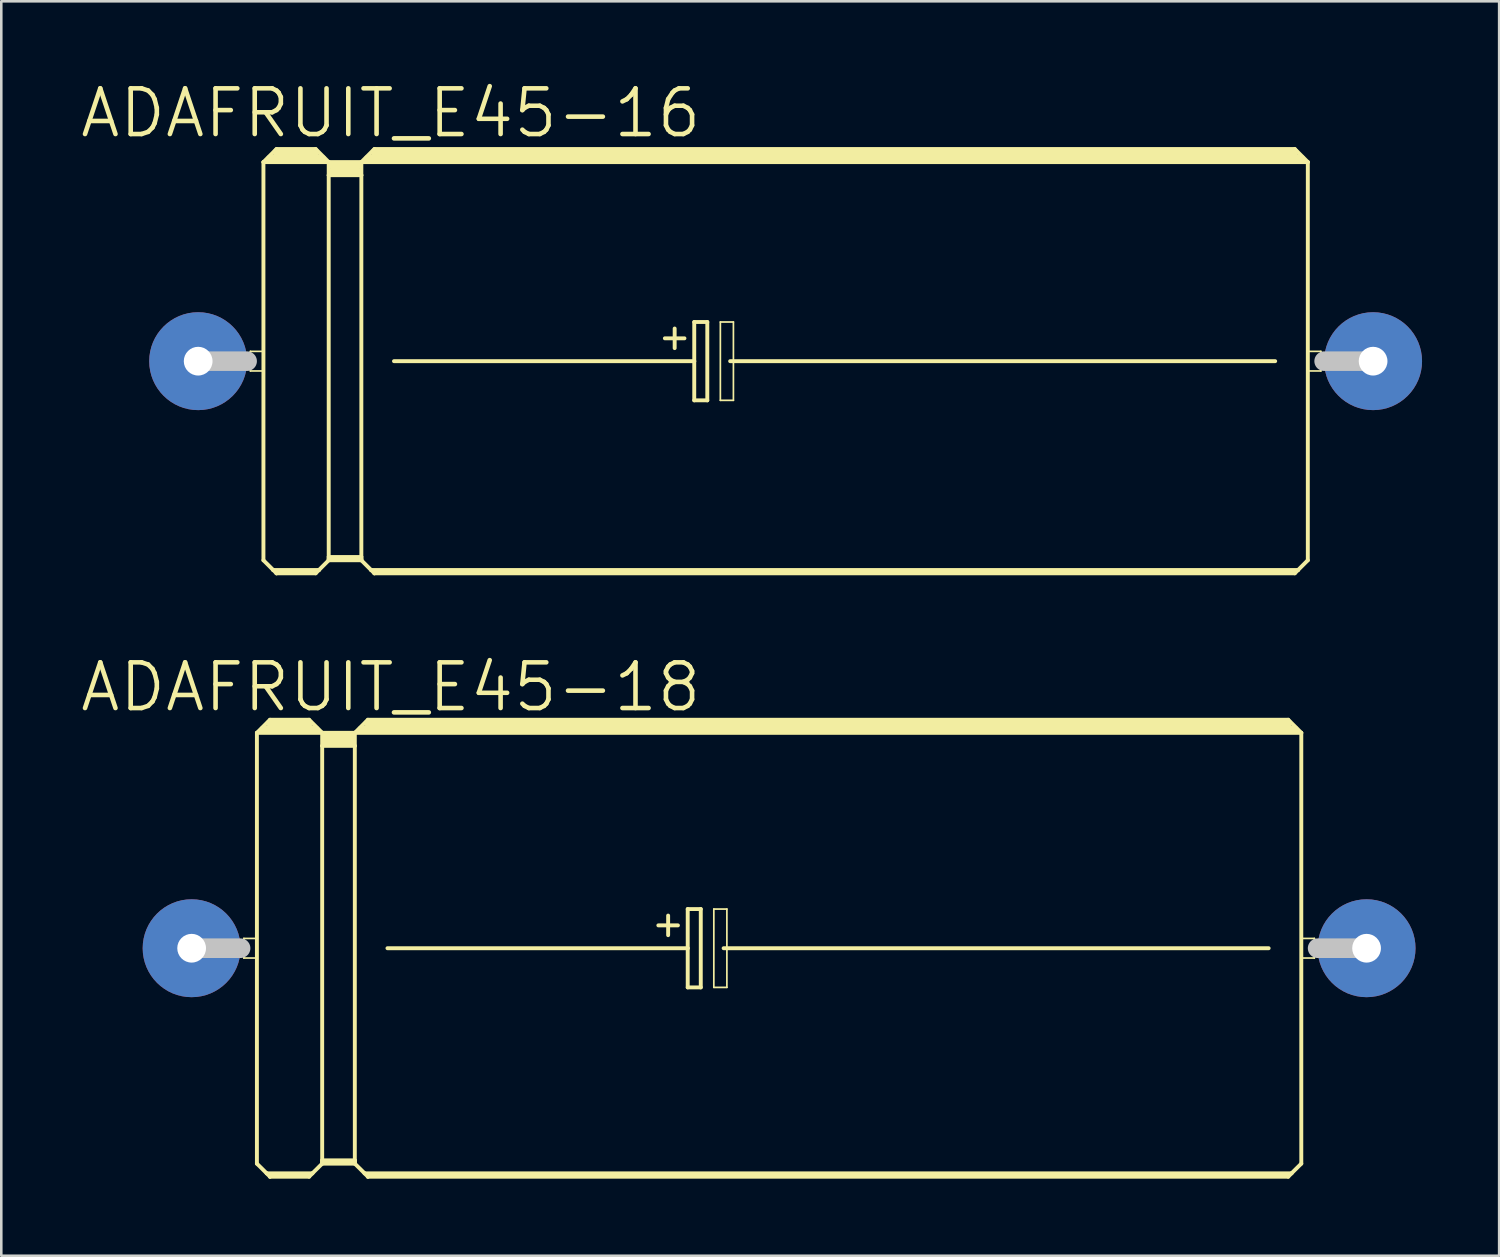
<source format=kicad_pcb>
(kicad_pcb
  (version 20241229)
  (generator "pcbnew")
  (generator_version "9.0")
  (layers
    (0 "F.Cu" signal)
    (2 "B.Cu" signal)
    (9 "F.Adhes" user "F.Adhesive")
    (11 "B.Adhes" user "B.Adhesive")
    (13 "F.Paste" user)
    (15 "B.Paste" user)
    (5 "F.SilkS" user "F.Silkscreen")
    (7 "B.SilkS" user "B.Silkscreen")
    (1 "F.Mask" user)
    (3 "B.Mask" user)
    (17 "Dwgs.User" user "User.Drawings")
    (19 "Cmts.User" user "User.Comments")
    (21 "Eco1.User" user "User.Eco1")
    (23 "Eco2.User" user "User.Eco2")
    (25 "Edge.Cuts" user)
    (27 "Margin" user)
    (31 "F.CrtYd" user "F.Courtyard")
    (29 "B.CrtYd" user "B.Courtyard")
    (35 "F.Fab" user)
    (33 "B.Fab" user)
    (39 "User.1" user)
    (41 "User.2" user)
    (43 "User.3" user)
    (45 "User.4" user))
  (footprint "ADAFRUIT_E45-16"
    (layer "F.Cu")
    (at 27.521 11.004)
    (property "Reference" "ADAFRUIT_E45-16" (at -15.367 -9.652 0) (layer "F.SilkS") (effects (font (size 1.778 1.778) (thickness 0.178))))
    (attr exclude_from_pos_files exclude_from_bom)
    (fp_line (start -20.828 -0.381) (end -20.32 -0.381) (stroke (width 0.066) (type solid)) (layer "F.SilkS"))
    (fp_line (start -20.828 0.381) (end -20.828 -0.381) (stroke (width 0.066) (type solid)) (layer "F.SilkS"))
    (fp_line (start -20.828 0.381) (end -20.32 0.381) (stroke (width 0.066) (type solid)) (layer "F.SilkS"))
    (fp_line (start -20.32 -7.747) (end -20.32 7.747) (stroke (width 0.152) (type solid)) (layer "F.SilkS"))
    (fp_line (start -20.32 -7.747) (end -19.812 -8.255) (stroke (width 0.152) (type solid)) (layer "F.SilkS"))
    (fp_line (start -20.32 -7.747) (end -17.78 -7.747) (stroke (width 0.152) (type solid)) (layer "F.SilkS"))
    (fp_line (start -20.32 0.381) (end -20.32 -0.381) (stroke (width 0.066) (type solid)) (layer "F.SilkS"))
    (fp_line (start -20.32 7.747) (end -19.939 8.128) (stroke (width 0.152) (type solid)) (layer "F.SilkS"))
    (fp_line (start -20.066 -7.874) (end -18.034 -7.874) (stroke (width 0.305) (type solid)) (layer "F.SilkS"))
    (fp_line (start -19.939 8.128) (end -19.812 8.255) (stroke (width 0.152) (type solid)) (layer "F.SilkS"))
    (fp_line (start -19.939 8.128) (end -18.161 8.128) (stroke (width 0.152) (type solid)) (layer "F.SilkS"))
    (fp_line (start -19.812 -8.255) (end -18.288 -8.255) (stroke (width 0.152) (type solid)) (layer "F.SilkS"))
    (fp_line (start -19.812 -8.128) (end -18.288 -8.128) (stroke (width 0.305) (type solid)) (layer "F.SilkS"))
    (fp_line (start -19.812 8.204) (end -18.288 8.204) (stroke (width 0.152) (type solid)) (layer "F.SilkS"))
    (fp_line (start -19.812 8.255) (end -19.812 8.204) (stroke (width 0.152) (type solid)) (layer "F.SilkS"))
    (fp_line (start -19.812 8.255) (end -18.288 8.255) (stroke (width 0.152) (type solid)) (layer "F.SilkS"))
    (fp_line (start -18.288 -8.255) (end -17.78 -7.747) (stroke (width 0.152) (type solid)) (layer "F.SilkS"))
    (fp_line (start -18.288 8.255) (end -18.161 8.128) (stroke (width 0.152) (type solid)) (layer "F.SilkS"))
    (fp_line (start -18.161 8.128) (end -17.78 7.747) (stroke (width 0.152) (type solid)) (layer "F.SilkS"))
    (fp_line (start -17.78 -7.747) (end -16.51 -7.747) (stroke (width 0.152) (type solid)) (layer "F.SilkS"))
    (fp_line (start -17.78 -7.236) (end -17.78 -7.747) (stroke (width 0.152) (type solid)) (layer "F.SilkS"))
    (fp_line (start -17.78 -7.236) (end -16.51 -7.236) (stroke (width 0.152) (type solid)) (layer "F.SilkS"))
    (fp_line (start -17.78 7.62) (end -17.78 -7.236) (stroke (width 0.152) (type solid)) (layer "F.SilkS"))
    (fp_line (start -17.78 7.62) (end -16.51 7.62) (stroke (width 0.152) (type solid)) (layer "F.SilkS"))
    (fp_line (start -17.78 7.696) (end -17.78 7.62) (stroke (width 0.152) (type solid)) (layer "F.SilkS"))
    (fp_line (start -17.78 7.696) (end -16.51 7.696) (stroke (width 0.152) (type solid)) (layer "F.SilkS"))
    (fp_line (start -17.78 7.747) (end -17.78 7.696) (stroke (width 0.152) (type solid)) (layer "F.SilkS"))
    (fp_line (start -17.78 7.747) (end -16.51 7.747) (stroke (width 0.152) (type solid)) (layer "F.SilkS"))
    (fp_line (start -17.65 -7.62) (end -16.637 -7.62) (stroke (width 0.305) (type solid)) (layer "F.SilkS"))
    (fp_line (start -17.65 -7.366) (end -16.637 -7.366) (stroke (width 0.305) (type solid)) (layer "F.SilkS"))
    (fp_line (start -16.51 -7.747) (end -16.002 -8.255) (stroke (width 0.152) (type solid)) (layer "F.SilkS"))
    (fp_line (start -16.51 -7.747) (end 20.32 -7.747) (stroke (width 0.152) (type solid)) (layer "F.SilkS"))
    (fp_line (start -16.51 -7.236) (end -16.51 -7.747) (stroke (width 0.152) (type solid)) (layer "F.SilkS"))
    (fp_line (start -16.51 7.62) (end -16.51 -7.236) (stroke (width 0.152) (type solid)) (layer "F.SilkS"))
    (fp_line (start -16.51 7.696) (end -16.51 7.62) (stroke (width 0.152) (type solid)) (layer "F.SilkS"))
    (fp_line (start -16.51 7.747) (end -16.51 7.696) (stroke (width 0.152) (type solid)) (layer "F.SilkS"))
    (fp_line (start -16.51 7.747) (end -16.129 8.128) (stroke (width 0.152) (type solid)) (layer "F.SilkS"))
    (fp_line (start -16.256 -7.874) (end 20.066 -7.874) (stroke (width 0.305) (type solid)) (layer "F.SilkS"))
    (fp_line (start -16.129 8.128) (end -16.002 8.255) (stroke (width 0.152) (type solid)) (layer "F.SilkS"))
    (fp_line (start -16.129 8.128) (end 19.939 8.128) (stroke (width 0.152) (type solid)) (layer "F.SilkS"))
    (fp_line (start -16.002 -8.255) (end 19.812 -8.255) (stroke (width 0.152) (type solid)) (layer "F.SilkS"))
    (fp_line (start -16.002 -8.128) (end 19.812 -8.128) (stroke (width 0.305) (type solid)) (layer "F.SilkS"))
    (fp_line (start -16.002 8.204) (end 19.812 8.204) (stroke (width 0.152) (type solid)) (layer "F.SilkS"))
    (fp_line (start -16.002 8.255) (end -16.002 8.204) (stroke (width 0.152) (type solid)) (layer "F.SilkS"))
    (fp_line (start -16.002 8.255) (end 19.812 8.255) (stroke (width 0.152) (type solid)) (layer "F.SilkS"))
    (fp_line (start -15.24 0) (end -3.556 0) (stroke (width 0.152) (type solid)) (layer "F.SilkS"))
    (fp_line (start -4.699 -0.889) (end -3.937 -0.889) (stroke (width 0.152) (type solid)) (layer "F.SilkS"))
    (fp_line (start -4.318 -1.27) (end -4.318 -0.508) (stroke (width 0.152) (type solid)) (layer "F.SilkS"))
    (fp_line (start -3.556 -1.524) (end -3.556 0) (stroke (width 0.152) (type solid)) (layer "F.SilkS"))
    (fp_line (start -3.556 0) (end -3.556 1.524) (stroke (width 0.152) (type solid)) (layer "F.SilkS"))
    (fp_line (start -3.556 1.524) (end -3.048 1.524) (stroke (width 0.152) (type solid)) (layer "F.SilkS"))
    (fp_line (start -3.048 -1.524) (end -3.556 -1.524) (stroke (width 0.152) (type solid)) (layer "F.SilkS"))
    (fp_line (start -3.048 1.524) (end -3.048 -1.524) (stroke (width 0.152) (type solid)) (layer "F.SilkS"))
    (fp_line (start -2.54 -1.524) (end -2.032 -1.524) (stroke (width 0.066) (type solid)) (layer "F.SilkS"))
    (fp_line (start -2.54 1.524) (end -2.54 -1.524) (stroke (width 0.066) (type solid)) (layer "F.SilkS"))
    (fp_line (start -2.54 1.524) (end -2.032 1.524) (stroke (width 0.066) (type solid)) (layer "F.SilkS"))
    (fp_line (start -2.159 0) (end 19.05 0) (stroke (width 0.152) (type solid)) (layer "F.SilkS"))
    (fp_line (start -2.032 1.524) (end -2.032 -1.524) (stroke (width 0.066) (type solid)) (layer "F.SilkS"))
    (fp_line (start 19.812 -8.255) (end 20.32 -7.747) (stroke (width 0.152) (type solid)) (layer "F.SilkS"))
    (fp_line (start 19.812 8.255) (end 19.939 8.128) (stroke (width 0.152) (type solid)) (layer "F.SilkS"))
    (fp_line (start 19.939 8.128) (end 20.32 7.747) (stroke (width 0.152) (type solid)) (layer "F.SilkS"))
    (fp_line (start 20.32 -7.747) (end 20.32 7.747) (stroke (width 0.152) (type solid)) (layer "F.SilkS"))
    (fp_line (start 20.32 -0.381) (end 20.828 -0.381) (stroke (width 0.066) (type solid)) (layer "F.SilkS"))
    (fp_line (start 20.32 0.381) (end 20.32 -0.381) (stroke (width 0.066) (type solid)) (layer "F.SilkS"))
    (fp_line (start 20.32 0.381) (end 20.828 0.381) (stroke (width 0.066) (type solid)) (layer "F.SilkS"))
    (fp_line (start 20.828 0.381) (end 20.828 -0.381) (stroke (width 0.066) (type solid)) (layer "F.SilkS"))
    (fp_line (start -22.86 0) (end -20.955 0) (stroke (width 0.762) (type solid)) (layer "Dwgs.User"))
    (fp_line (start 22.86 0) (end 20.955 0) (stroke (width 0.762) (type solid)) (layer "Dwgs.User"))
    (pad "+" thru_hole circle (at -22.86 0) (size 3.81 3.81) (drill 1.118) (layers "*.Cu" "*.Paste" "*.Mask"))
    (pad "-" thru_hole circle (at 22.86 0) (size 3.81 3.81) (drill 1.118) (layers "*.Cu" "*.Paste" "*.Mask")))
  (footprint "ADAFRUIT_E45-18"
    (layer "F.Cu")
    (at 27.267 33.848)
    (property "Reference" "ADAFRUIT_E45-18" (at -15.113 -10.16 0) (layer "F.SilkS") (effects (font (size 1.778 1.778) (thickness 0.178))))
    (attr exclude_from_pos_files exclude_from_bom)
    (fp_line (start -20.828 -0.381) (end -20.32 -0.381) (stroke (width 0.066) (type solid)) (layer "F.SilkS"))
    (fp_line (start -20.828 0.381) (end -20.828 -0.381) (stroke (width 0.066) (type solid)) (layer "F.SilkS"))
    (fp_line (start -20.828 0.381) (end -20.32 0.381) (stroke (width 0.066) (type solid)) (layer "F.SilkS"))
    (fp_line (start -20.32 -8.382) (end -20.32 8.382) (stroke (width 0.152) (type solid)) (layer "F.SilkS"))
    (fp_line (start -20.32 -8.382) (end -19.812 -8.89) (stroke (width 0.152) (type solid)) (layer "F.SilkS"))
    (fp_line (start -20.32 -8.382) (end -17.78 -8.382) (stroke (width 0.152) (type solid)) (layer "F.SilkS"))
    (fp_line (start -20.32 0.381) (end -20.32 -0.381) (stroke (width 0.066) (type solid)) (layer "F.SilkS"))
    (fp_line (start -20.32 8.382) (end -19.939 8.76) (stroke (width 0.152) (type solid)) (layer "F.SilkS"))
    (fp_line (start -20.066 -8.509) (end -18.034 -8.509) (stroke (width 0.305) (type solid)) (layer "F.SilkS"))
    (fp_line (start -19.939 8.76) (end -19.812 8.89) (stroke (width 0.152) (type solid)) (layer "F.SilkS"))
    (fp_line (start -19.939 8.76) (end -18.161 8.76) (stroke (width 0.152) (type solid)) (layer "F.SilkS"))
    (fp_line (start -19.812 -8.89) (end -18.288 -8.89) (stroke (width 0.152) (type solid)) (layer "F.SilkS"))
    (fp_line (start -19.812 -8.76) (end -18.288 -8.76) (stroke (width 0.305) (type solid)) (layer "F.SilkS"))
    (fp_line (start -19.812 8.837) (end -18.288 8.837) (stroke (width 0.152) (type solid)) (layer "F.SilkS"))
    (fp_line (start -19.812 8.89) (end -19.812 8.837) (stroke (width 0.152) (type solid)) (layer "F.SilkS"))
    (fp_line (start -19.812 8.89) (end -18.288 8.89) (stroke (width 0.152) (type solid)) (layer "F.SilkS"))
    (fp_line (start -18.288 -8.89) (end -17.78 -8.382) (stroke (width 0.152) (type solid)) (layer "F.SilkS"))
    (fp_line (start -18.288 8.89) (end -18.161 8.76) (stroke (width 0.152) (type solid)) (layer "F.SilkS"))
    (fp_line (start -18.161 8.76) (end -17.78 8.382) (stroke (width 0.152) (type solid)) (layer "F.SilkS"))
    (fp_line (start -17.78 -8.382) (end -16.51 -8.382) (stroke (width 0.152) (type solid)) (layer "F.SilkS"))
    (fp_line (start -17.78 -7.874) (end -17.78 -8.382) (stroke (width 0.152) (type solid)) (layer "F.SilkS"))
    (fp_line (start -17.78 -7.874) (end -16.51 -7.874) (stroke (width 0.152) (type solid)) (layer "F.SilkS"))
    (fp_line (start -17.78 8.255) (end -17.78 -7.874) (stroke (width 0.152) (type solid)) (layer "F.SilkS"))
    (fp_line (start -17.78 8.255) (end -16.51 8.255) (stroke (width 0.152) (type solid)) (layer "F.SilkS"))
    (fp_line (start -17.78 8.331) (end -17.78 8.255) (stroke (width 0.152) (type solid)) (layer "F.SilkS"))
    (fp_line (start -17.78 8.331) (end -16.51 8.331) (stroke (width 0.152) (type solid)) (layer "F.SilkS"))
    (fp_line (start -17.78 8.382) (end -17.78 8.331) (stroke (width 0.152) (type solid)) (layer "F.SilkS"))
    (fp_line (start -17.78 8.382) (end -16.51 8.382) (stroke (width 0.152) (type solid)) (layer "F.SilkS"))
    (fp_line (start -17.65 -8.255) (end -16.637 -8.255) (stroke (width 0.305) (type solid)) (layer "F.SilkS"))
    (fp_line (start -17.65 -8.001) (end -16.637 -8.001) (stroke (width 0.305) (type solid)) (layer "F.SilkS"))
    (fp_line (start -16.51 -8.382) (end -16.002 -8.89) (stroke (width 0.152) (type solid)) (layer "F.SilkS"))
    (fp_line (start -16.51 -8.382) (end 20.32 -8.382) (stroke (width 0.152) (type solid)) (layer "F.SilkS"))
    (fp_line (start -16.51 -7.874) (end -16.51 -8.382) (stroke (width 0.152) (type solid)) (layer "F.SilkS"))
    (fp_line (start -16.51 8.255) (end -16.51 -7.874) (stroke (width 0.152) (type solid)) (layer "F.SilkS"))
    (fp_line (start -16.51 8.331) (end -16.51 8.255) (stroke (width 0.152) (type solid)) (layer "F.SilkS"))
    (fp_line (start -16.51 8.382) (end -16.51 8.331) (stroke (width 0.152) (type solid)) (layer "F.SilkS"))
    (fp_line (start -16.51 8.382) (end -16.129 8.76) (stroke (width 0.152) (type solid)) (layer "F.SilkS"))
    (fp_line (start -16.256 -8.509) (end 20.066 -8.509) (stroke (width 0.305) (type solid)) (layer "F.SilkS"))
    (fp_line (start -16.129 8.76) (end -16.002 8.89) (stroke (width 0.152) (type solid)) (layer "F.SilkS"))
    (fp_line (start -16.129 8.76) (end 19.939 8.76) (stroke (width 0.152) (type solid)) (layer "F.SilkS"))
    (fp_line (start -16.002 -8.89) (end 19.812 -8.89) (stroke (width 0.152) (type solid)) (layer "F.SilkS"))
    (fp_line (start -16.002 -8.76) (end 19.812 -8.76) (stroke (width 0.305) (type solid)) (layer "F.SilkS"))
    (fp_line (start -16.002 8.837) (end 19.812 8.837) (stroke (width 0.152) (type solid)) (layer "F.SilkS"))
    (fp_line (start -16.002 8.89) (end -16.002 8.837) (stroke (width 0.152) (type solid)) (layer "F.SilkS"))
    (fp_line (start -16.002 8.89) (end 19.812 8.89) (stroke (width 0.152) (type solid)) (layer "F.SilkS"))
    (fp_line (start -15.24 0) (end -3.556 0) (stroke (width 0.152) (type solid)) (layer "F.SilkS"))
    (fp_line (start -4.699 -0.889) (end -3.937 -0.889) (stroke (width 0.152) (type solid)) (layer "F.SilkS"))
    (fp_line (start -4.318 -1.27) (end -4.318 -0.508) (stroke (width 0.152) (type solid)) (layer "F.SilkS"))
    (fp_line (start -3.556 -1.524) (end -3.556 0) (stroke (width 0.152) (type solid)) (layer "F.SilkS"))
    (fp_line (start -3.556 0) (end -3.556 1.524) (stroke (width 0.152) (type solid)) (layer "F.SilkS"))
    (fp_line (start -3.556 1.524) (end -3.048 1.524) (stroke (width 0.152) (type solid)) (layer "F.SilkS"))
    (fp_line (start -3.048 -1.524) (end -3.556 -1.524) (stroke (width 0.152) (type solid)) (layer "F.SilkS"))
    (fp_line (start -3.048 1.524) (end -3.048 -1.524) (stroke (width 0.152) (type solid)) (layer "F.SilkS"))
    (fp_line (start -2.54 -1.524) (end -2.032 -1.524) (stroke (width 0.066) (type solid)) (layer "F.SilkS"))
    (fp_line (start -2.54 1.524) (end -2.54 -1.524) (stroke (width 0.066) (type solid)) (layer "F.SilkS"))
    (fp_line (start -2.54 1.524) (end -2.032 1.524) (stroke (width 0.066) (type solid)) (layer "F.SilkS"))
    (fp_line (start -2.159 0) (end 19.05 0) (stroke (width 0.152) (type solid)) (layer "F.SilkS"))
    (fp_line (start -2.032 1.524) (end -2.032 -1.524) (stroke (width 0.066) (type solid)) (layer "F.SilkS"))
    (fp_line (start 19.812 -8.89) (end 20.32 -8.382) (stroke (width 0.152) (type solid)) (layer "F.SilkS"))
    (fp_line (start 19.812 8.89) (end 19.939 8.76) (stroke (width 0.152) (type solid)) (layer "F.SilkS"))
    (fp_line (start 19.939 8.76) (end 20.32 8.382) (stroke (width 0.152) (type solid)) (layer "F.SilkS"))
    (fp_line (start 20.32 -8.382) (end 20.32 8.382) (stroke (width 0.152) (type solid)) (layer "F.SilkS"))
    (fp_line (start 20.32 -0.381) (end 20.828 -0.381) (stroke (width 0.066) (type solid)) (layer "F.SilkS"))
    (fp_line (start 20.32 0.381) (end 20.32 -0.381) (stroke (width 0.066) (type solid)) (layer "F.SilkS"))
    (fp_line (start 20.32 0.381) (end 20.828 0.381) (stroke (width 0.066) (type solid)) (layer "F.SilkS"))
    (fp_line (start 20.828 0.381) (end 20.828 -0.381) (stroke (width 0.066) (type solid)) (layer "F.SilkS"))
    (fp_line (start -22.86 0) (end -20.955 0) (stroke (width 0.762) (type solid)) (layer "Dwgs.User"))
    (fp_line (start 22.86 0) (end 20.955 0) (stroke (width 0.762) (type solid)) (layer "Dwgs.User"))
    (pad "+" thru_hole circle (at -22.86 0) (size 3.81 3.81) (drill 1.118) (layers "*.Cu" "*.Paste" "*.Mask"))
    (pad "-" thru_hole circle (at 22.86 0) (size 3.81 3.81) (drill 1.118) (layers "*.Cu" "*.Paste" "*.Mask")))
  (gr_rect
    (start -3 -3)
    (end 55.286 45.814)
    (stroke (width 0.1) (type default))
    (fill no)
    (layer "Edge.Cuts")))
</source>
